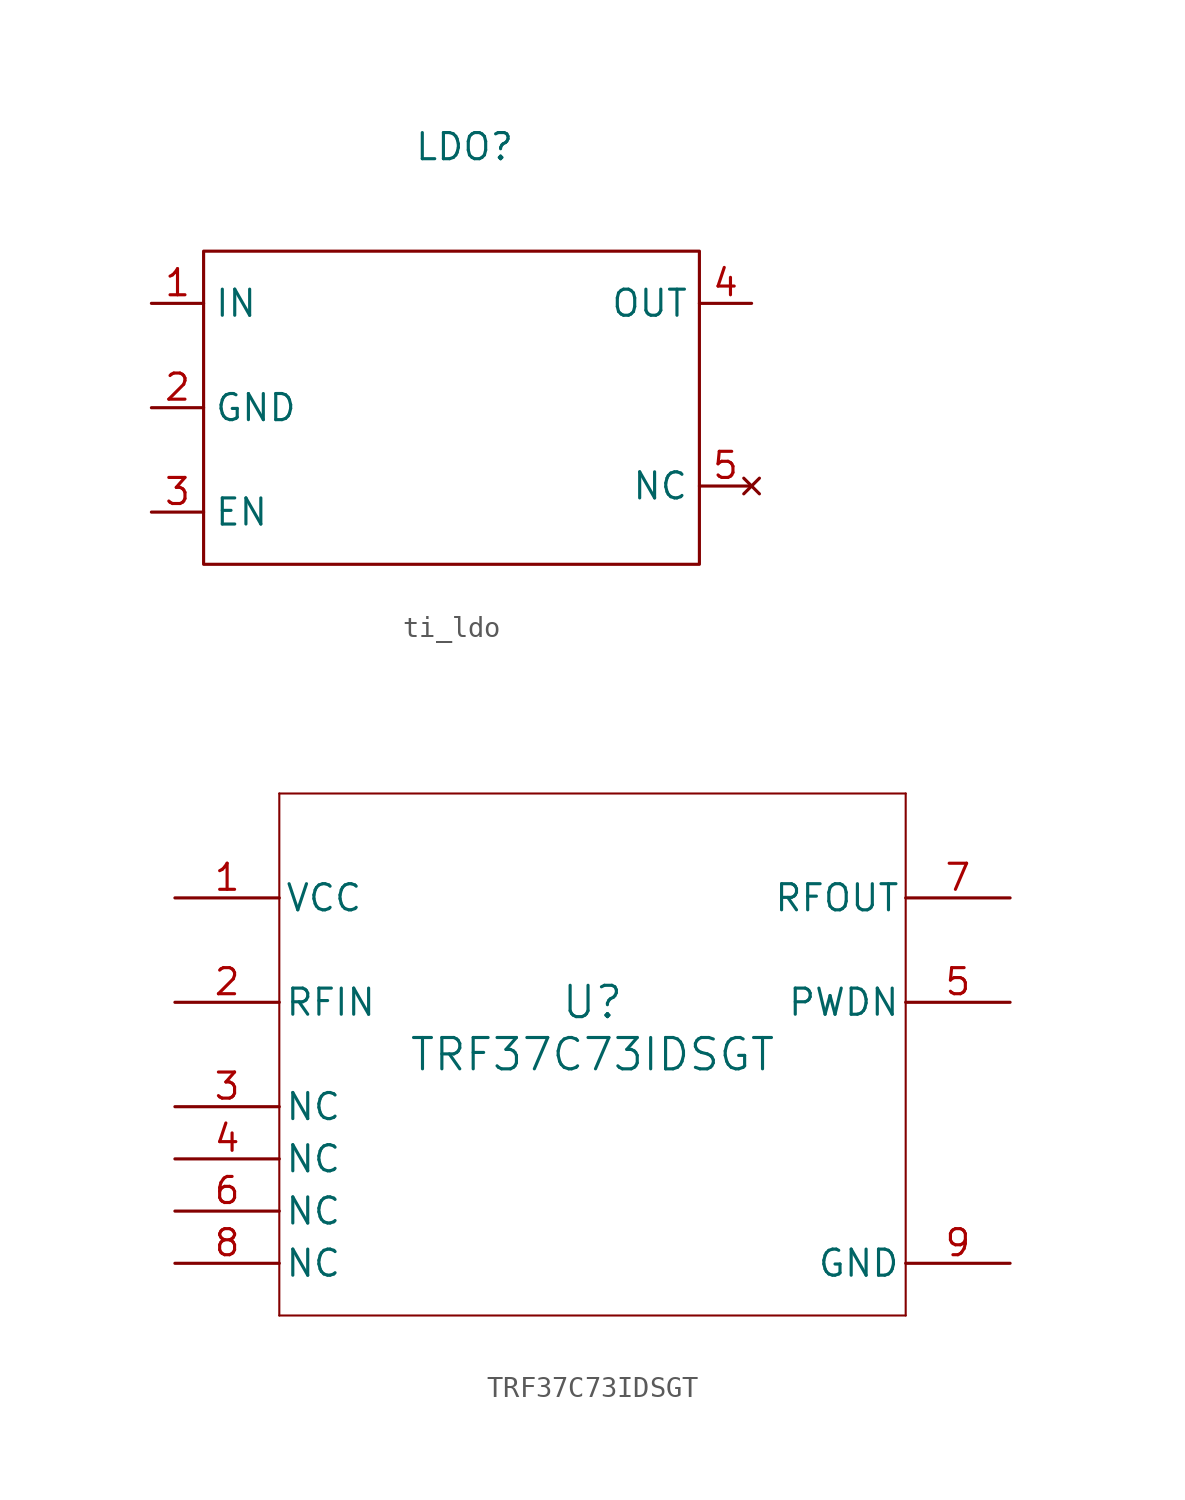
<source format=kicad_sym>
(kicad_symbol_lib
  (version 20231120)
  (generator "kicad_symbol_editor")
  (generator_version "8.0")
  (symbol "ti_ldo"
    (property "Reference" "LDO"
      (at 0 0 0)
      (effects (font (size 1.27 1.27))))
    (property "Value" ""
      (at 0 0 0)
      (effects (font (size 1.27 1.27))))
    (symbol "ti_ldo_0_1"
      (rectangle (start -12.7 -5.08) (end 11.43 -20.32) (stroke (width 0) (type default)) (fill (type none))))
    (symbol "ti_ldo_1_1"
      (pin unspecified line (at -15.24 -7.62 0) (length 2.54) (name "IN" (effects (font (size 1.27 1.27)))) (number "1" (effects (font (size 1.27 1.27)))))
      (pin unspecified line (at -15.24 -12.7 0) (length 2.54) (name "GND" (effects (font (size 1.27 1.27)))) (number "2" (effects (font (size 1.27 1.27)))))
      (pin unspecified line (at -15.24 -17.78 0) (length 2.54) (name "EN" (effects (font (size 1.27 1.27)))) (number "3" (effects (font (size 1.27 1.27)))))
      (pin unspecified line (at 13.97 -7.62 180) (length 2.54) (name "OUT" (effects (font (size 1.27 1.27)))) (number "4" (effects (font (size 1.27 1.27)))))
      (pin no_connect line (at 13.97 -16.51 180) (length 2.54) (name "NC" (effects (font (size 1.27 1.27)))) (number "5" (effects (font (size 1.27 1.27)))))))
  (symbol "TRF37C73IDSGT"
    (pin_names
      (offset 0.254))
    (property "Reference" "U"
      (at 0 2.54 0)
      (effects (font (size 1.524 1.524))))
    (property "Value" "TRF37C73IDSGT"
      (at 0 0 0)
      (effects (font (size 1.524 1.524))))
    (property "ki_locked" ""
      (at 0 0 0)
      (effects (font (size 1.27 1.27))))
    (symbol "TRF37C73IDSGT_0_1"
      (polyline (pts (xy -15.24 -12.7) (xy 15.24 -12.7)) (stroke (width 0.102) (type default)) (fill (type none)))
      (polyline (pts (xy -15.24 12.7) (xy -15.24 -12.7)) (stroke (width 0.102) (type default)) (fill (type none)))
      (polyline (pts (xy 15.24 -12.7) (xy 15.24 12.7)) (stroke (width 0.102) (type default)) (fill (type none)))
      (polyline (pts (xy 15.24 12.7) (xy -15.24 12.7)) (stroke (width 0.102) (type default)) (fill (type none)))
      (pin power_in line (at -20.32 7.62 0) (length 5.08) (name "VCC" (effects (font (size 1.27 1.27)))) (number "1" (effects (font (size 1.27 1.27)))))
      (pin input line (at -20.32 2.54 0) (length 5.08) (name "RFIN" (effects (font (size 1.27 1.27)))) (number "2" (effects (font (size 1.27 1.27)))))
      (pin unspecified line (at -20.32 -2.54 0) (length 5.08) (name "NC" (effects (font (size 1.27 1.27)))) (number "3" (effects (font (size 1.27 1.27)))))
      (pin unspecified line (at -20.32 -5.08 0) (length 5.08) (name "NC" (effects (font (size 1.27 1.27)))) (number "4" (effects (font (size 1.27 1.27)))))
      (pin input line (at 20.32 2.54 180) (length 5.08) (name "PWDN" (effects (font (size 1.27 1.27)))) (number "5" (effects (font (size 1.27 1.27)))))
      (pin unspecified line (at -20.32 -7.62 0) (length 5.08) (name "NC" (effects (font (size 1.27 1.27)))) (number "6" (effects (font (size 1.27 1.27)))))
      (pin output line (at 20.32 7.62 180) (length 5.08) (name "RFOUT" (effects (font (size 1.27 1.27)))) (number "7" (effects (font (size 1.27 1.27)))))
      (pin unspecified line (at -20.32 -10.16 0) (length 5.08) (name "NC" (effects (font (size 1.27 1.27)))) (number "8" (effects (font (size 1.27 1.27)))))
      (pin power_in line (at 20.32 -10.16 180) (length 5.08) (name "GND" (effects (font (size 1.27 1.27)))) (number "9" (effects (font (size 1.27 1.27))))))))
</source>
